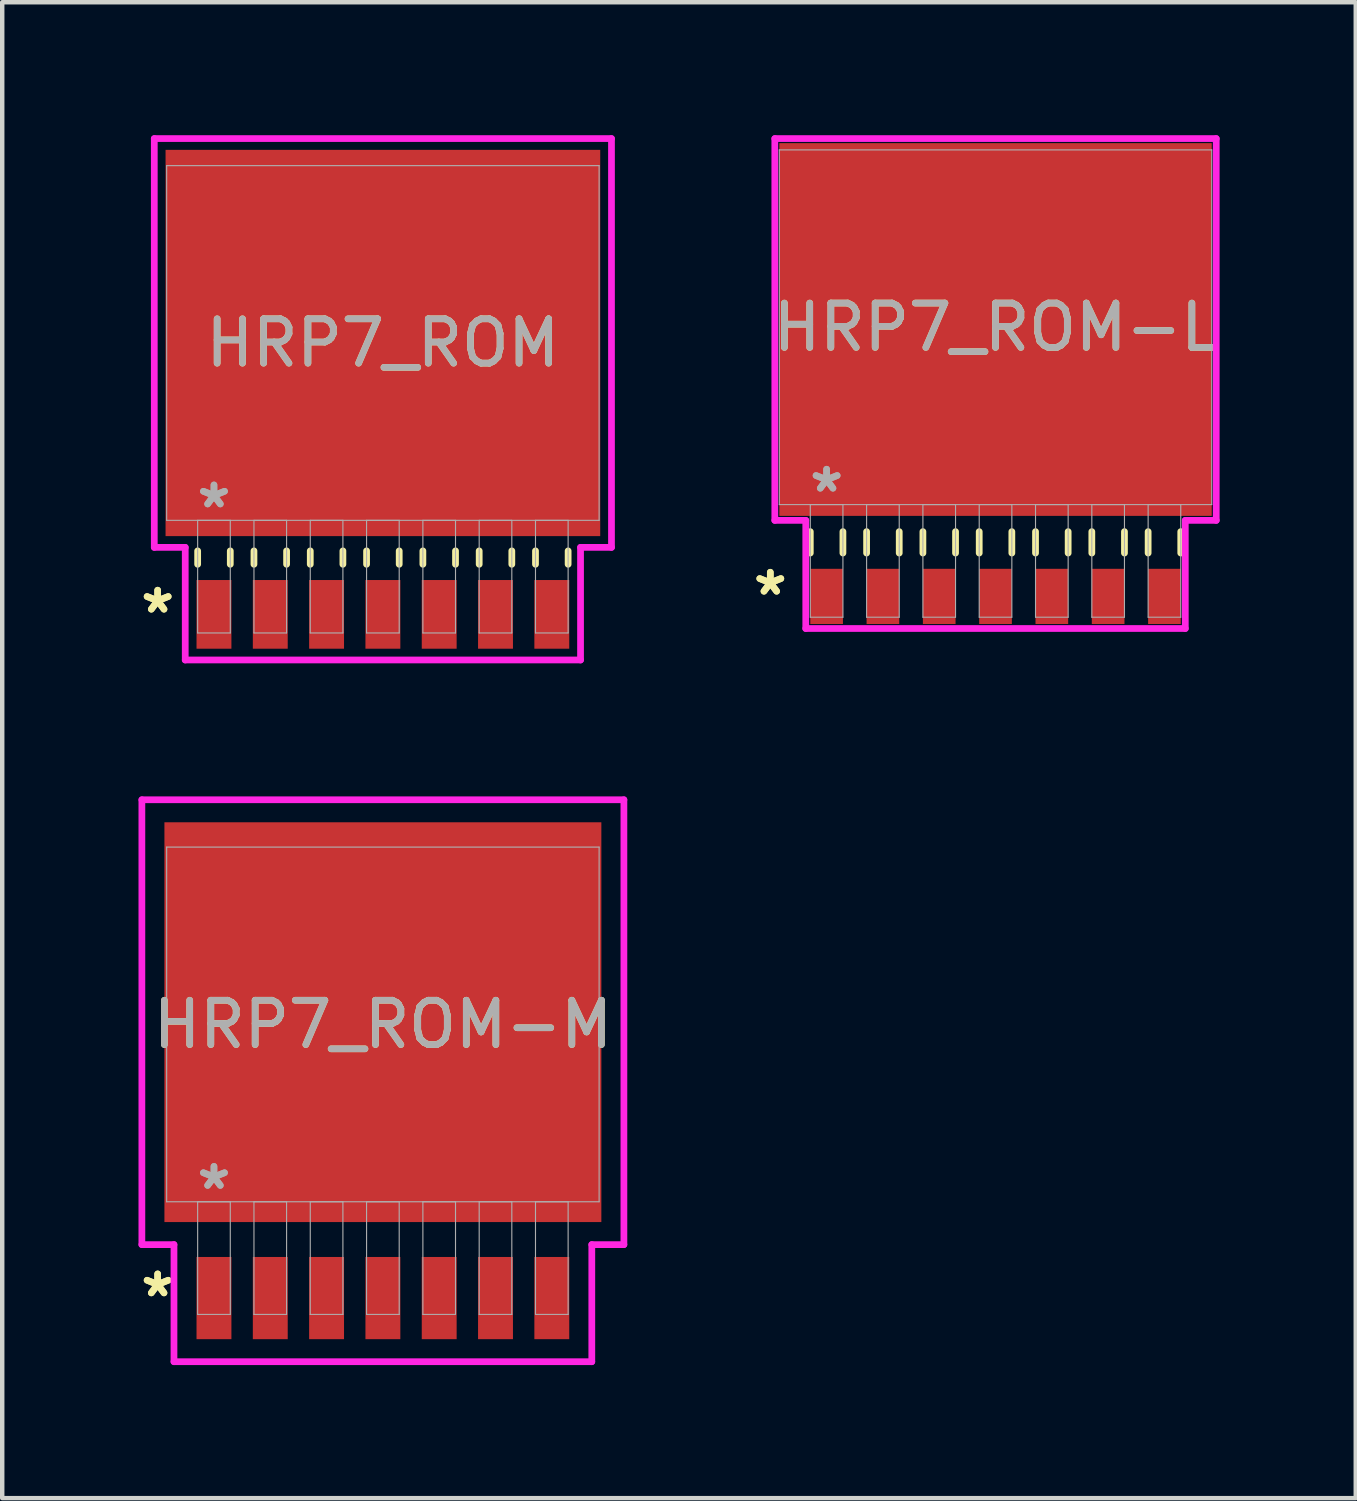
<source format=kicad_pcb>
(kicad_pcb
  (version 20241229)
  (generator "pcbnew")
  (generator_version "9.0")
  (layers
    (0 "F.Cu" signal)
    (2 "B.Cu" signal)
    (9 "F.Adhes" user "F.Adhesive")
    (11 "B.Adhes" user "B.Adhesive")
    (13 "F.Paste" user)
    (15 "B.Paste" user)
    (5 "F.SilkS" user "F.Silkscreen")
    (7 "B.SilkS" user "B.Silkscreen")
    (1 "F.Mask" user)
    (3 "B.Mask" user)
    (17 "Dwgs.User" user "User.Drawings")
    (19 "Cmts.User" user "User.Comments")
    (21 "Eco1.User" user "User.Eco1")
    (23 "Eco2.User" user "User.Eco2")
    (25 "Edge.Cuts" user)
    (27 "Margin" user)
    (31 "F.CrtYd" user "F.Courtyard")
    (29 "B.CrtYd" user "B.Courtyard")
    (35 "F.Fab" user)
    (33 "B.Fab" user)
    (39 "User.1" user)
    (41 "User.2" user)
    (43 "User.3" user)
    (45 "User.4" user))
  (footprint "HRP7_ROM"
    (layer "F.Cu")
    (at 5.586 4.686)
    (property "Reference" "HRP7_ROM" (at 0 0 0) (unlocked yes) (layer "F.SilkS") (effects (font (size 1 1) (thickness 0.15))))
    (attr smd)
    (fp_line (start -4.178 4.689) (end -4.178 4.991) (stroke (width 0.152) (type solid)) (layer "F.SilkS"))
    (fp_line (start -3.442 4.689) (end -3.442 4.991) (stroke (width 0.152) (type solid)) (layer "F.SilkS"))
    (fp_line (start -2.908 4.689) (end -2.908 4.991) (stroke (width 0.152) (type solid)) (layer "F.SilkS"))
    (fp_line (start -2.172 4.689) (end -2.172 4.991) (stroke (width 0.152) (type solid)) (layer "F.SilkS"))
    (fp_line (start -1.638 4.689) (end -1.638 4.991) (stroke (width 0.152) (type solid)) (layer "F.SilkS"))
    (fp_line (start -0.902 4.689) (end -0.902 4.991) (stroke (width 0.152) (type solid)) (layer "F.SilkS"))
    (fp_line (start -0.368 4.689) (end -0.368 4.991) (stroke (width 0.152) (type solid)) (layer "F.SilkS"))
    (fp_line (start 0.368 4.689) (end 0.368 4.991) (stroke (width 0.152) (type solid)) (layer "F.SilkS"))
    (fp_line (start 0.902 4.689) (end 0.902 4.991) (stroke (width 0.152) (type solid)) (layer "F.SilkS"))
    (fp_line (start 1.638 4.689) (end 1.638 4.991) (stroke (width 0.152) (type solid)) (layer "F.SilkS"))
    (fp_line (start 2.172 4.689) (end 2.172 4.991) (stroke (width 0.152) (type solid)) (layer "F.SilkS"))
    (fp_line (start 2.908 4.689) (end 2.908 4.991) (stroke (width 0.152) (type solid)) (layer "F.SilkS"))
    (fp_line (start 3.442 4.689) (end 3.442 4.991) (stroke (width 0.152) (type solid)) (layer "F.SilkS"))
    (fp_line (start 4.178 4.689) (end 4.178 4.991) (stroke (width 0.152) (type solid)) (layer "F.SilkS"))
    (fp_line (start -5.156 -4.61) (end 5.156 -4.61) (stroke (width 0.152) (type solid)) (layer "F.CrtYd"))
    (fp_line (start -5.156 4.61) (end -5.156 -4.61) (stroke (width 0.152) (type solid)) (layer "F.CrtYd"))
    (fp_line (start -4.458 4.61) (end -5.156 4.61) (stroke (width 0.152) (type solid)) (layer "F.CrtYd"))
    (fp_line (start -4.458 7.15) (end -4.458 4.61) (stroke (width 0.152) (type solid)) (layer "F.CrtYd"))
    (fp_line (start 4.458 4.61) (end 4.458 7.15) (stroke (width 0.152) (type solid)) (layer "F.CrtYd"))
    (fp_line (start 4.458 7.15) (end -4.458 7.15) (stroke (width 0.152) (type solid)) (layer "F.CrtYd"))
    (fp_line (start 5.156 -4.61) (end 5.156 4.61) (stroke (width 0.152) (type solid)) (layer "F.CrtYd"))
    (fp_line (start 5.156 4.61) (end 4.458 4.61) (stroke (width 0.152) (type solid)) (layer "F.CrtYd"))
    (fp_line (start -4.877 -4) (end -4.877 4) (stroke (width 0.025) (type solid)) (layer "F.Fab"))
    (fp_line (start -4.877 4) (end 4.877 4) (stroke (width 0.025) (type solid)) (layer "F.Fab"))
    (fp_line (start -4.178 4) (end -4.178 6.54) (stroke (width 0.025) (type solid)) (layer "F.Fab"))
    (fp_line (start -4.178 6.54) (end -3.442 6.54) (stroke (width 0.025) (type solid)) (layer "F.Fab"))
    (fp_line (start -3.442 4) (end -4.178 4) (stroke (width 0.025) (type solid)) (layer "F.Fab"))
    (fp_line (start -3.442 6.54) (end -3.442 4) (stroke (width 0.025) (type solid)) (layer "F.Fab"))
    (fp_line (start -2.908 4) (end -2.908 6.54) (stroke (width 0.025) (type solid)) (layer "F.Fab"))
    (fp_line (start -2.908 6.54) (end -2.172 6.54) (stroke (width 0.025) (type solid)) (layer "F.Fab"))
    (fp_line (start -2.172 4) (end -2.908 4) (stroke (width 0.025) (type solid)) (layer "F.Fab"))
    (fp_line (start -2.172 6.54) (end -2.172 4) (stroke (width 0.025) (type solid)) (layer "F.Fab"))
    (fp_line (start -1.638 4) (end -1.638 6.54) (stroke (width 0.025) (type solid)) (layer "F.Fab"))
    (fp_line (start -1.638 6.54) (end -0.902 6.54) (stroke (width 0.025) (type solid)) (layer "F.Fab"))
    (fp_line (start -0.902 4) (end -1.638 4) (stroke (width 0.025) (type solid)) (layer "F.Fab"))
    (fp_line (start -0.902 6.54) (end -0.902 4) (stroke (width 0.025) (type solid)) (layer "F.Fab"))
    (fp_line (start -0.368 4) (end -0.368 6.54) (stroke (width 0.025) (type solid)) (layer "F.Fab"))
    (fp_line (start -0.368 6.54) (end 0.368 6.54) (stroke (width 0.025) (type solid)) (layer "F.Fab"))
    (fp_line (start 0.368 4) (end -0.368 4) (stroke (width 0.025) (type solid)) (layer "F.Fab"))
    (fp_line (start 0.368 6.54) (end 0.368 4) (stroke (width 0.025) (type solid)) (layer "F.Fab"))
    (fp_line (start 0.902 4) (end 0.902 6.54) (stroke (width 0.025) (type solid)) (layer "F.Fab"))
    (fp_line (start 0.902 6.54) (end 1.638 6.54) (stroke (width 0.025) (type solid)) (layer "F.Fab"))
    (fp_line (start 1.638 4) (end 0.902 4) (stroke (width 0.025) (type solid)) (layer "F.Fab"))
    (fp_line (start 1.638 6.54) (end 1.638 4) (stroke (width 0.025) (type solid)) (layer "F.Fab"))
    (fp_line (start 2.172 4) (end 2.172 6.54) (stroke (width 0.025) (type solid)) (layer "F.Fab"))
    (fp_line (start 2.172 6.54) (end 2.908 6.54) (stroke (width 0.025) (type solid)) (layer "F.Fab"))
    (fp_line (start 2.908 4) (end 2.172 4) (stroke (width 0.025) (type solid)) (layer "F.Fab"))
    (fp_line (start 2.908 6.54) (end 2.908 4) (stroke (width 0.025) (type solid)) (layer "F.Fab"))
    (fp_line (start 3.442 4) (end 3.442 6.54) (stroke (width 0.025) (type solid)) (layer "F.Fab"))
    (fp_line (start 3.442 6.54) (end 4.178 6.54) (stroke (width 0.025) (type solid)) (layer "F.Fab"))
    (fp_line (start 4.178 4) (end 3.442 4) (stroke (width 0.025) (type solid)) (layer "F.Fab"))
    (fp_line (start 4.178 6.54) (end 4.178 4) (stroke (width 0.025) (type solid)) (layer "F.Fab"))
    (fp_line (start 4.877 -4) (end -4.877 -4) (stroke (width 0.025) (type solid)) (layer "F.Fab"))
    (fp_line (start 4.877 4) (end 4.877 -4) (stroke (width 0.025) (type solid)) (layer "F.Fab"))
    (fp_text user "*" (at -5.08 6.121 0) (layer "F.SilkS") (effects (font (size 1 1) (thickness 0.15))))
    (fp_text user "*" (at -5.08 6.121 0) (unlocked yes) (layer "F.SilkS") (effects (font (size 1 1) (thickness 0.15))))
    (fp_text user "*" (at -3.81 3.747 0) (layer "F.Fab") (effects (font (size 1 1) (thickness 0.15))))
    (fp_text user "*" (at -3.81 3.747 0) (unlocked yes) (layer "F.Fab") (effects (font (size 1 1) (thickness 0.15))))
    (fp_text user "${REFERENCE}" (at 0 0 0) (unlocked yes) (layer "F.Fab") (effects (font (size 1 1) (thickness 0.15))))
    (pad "1" smd rect (at -3.81 6.121) (size 0.787 1.549) (layers "F.Cu" "F.Mask" "F.Paste"))
    (pad "2" smd rect (at -2.54 6.121) (size 0.787 1.549) (layers "F.Cu" "F.Mask" "F.Paste"))
    (pad "3" smd rect (at -1.27 6.121) (size 0.787 1.549) (layers "F.Cu" "F.Mask" "F.Paste"))
    (pad "4" smd rect (at 0 6.121) (size 0.787 1.549) (layers "F.Cu" "F.Mask" "F.Paste"))
    (pad "5" smd rect (at 1.27 6.121) (size 0.787 1.549) (layers "F.Cu" "F.Mask" "F.Paste"))
    (pad "6" smd rect (at 2.54 6.121) (size 0.787 1.549) (layers "F.Cu" "F.Mask" "F.Paste"))
    (pad "7" smd rect (at 3.81 6.121) (size 0.787 1.549) (layers "F.Cu" "F.Mask" "F.Paste"))
    (pad "8" smd rect (at 0 0) (size 9.804 8.712) (layers "F.Cu" "F.Mask" "F.Paste")))
  (footprint "HRP7_ROM-L"
    (layer "F.Cu")
    (at 19.404 4.331)
    (property "Reference" "HRP7_ROM-L" (at 0 0 0) (unlocked yes) (layer "F.SilkS") (effects (font (size 1 1) (thickness 0.15))))
    (attr smd)
    (fp_line (start -4.178 4.61) (end -4.178 5.093) (stroke (width 0.152) (type solid)) (layer "F.SilkS"))
    (fp_line (start -3.442 4.61) (end -3.442 5.093) (stroke (width 0.152) (type solid)) (layer "F.SilkS"))
    (fp_line (start -2.908 4.61) (end -2.908 5.093) (stroke (width 0.152) (type solid)) (layer "F.SilkS"))
    (fp_line (start -2.172 4.61) (end -2.172 5.093) (stroke (width 0.152) (type solid)) (layer "F.SilkS"))
    (fp_line (start -1.638 4.61) (end -1.638 5.093) (stroke (width 0.152) (type solid)) (layer "F.SilkS"))
    (fp_line (start -0.902 4.61) (end -0.902 5.093) (stroke (width 0.152) (type solid)) (layer "F.SilkS"))
    (fp_line (start -0.368 4.61) (end -0.368 5.093) (stroke (width 0.152) (type solid)) (layer "F.SilkS"))
    (fp_line (start 0.368 4.61) (end 0.368 5.093) (stroke (width 0.152) (type solid)) (layer "F.SilkS"))
    (fp_line (start 0.902 4.61) (end 0.902 5.093) (stroke (width 0.152) (type solid)) (layer "F.SilkS"))
    (fp_line (start 1.638 4.61) (end 1.638 5.093) (stroke (width 0.152) (type solid)) (layer "F.SilkS"))
    (fp_line (start 2.172 4.61) (end 2.172 5.093) (stroke (width 0.152) (type solid)) (layer "F.SilkS"))
    (fp_line (start 2.908 4.61) (end 2.908 5.093) (stroke (width 0.152) (type solid)) (layer "F.SilkS"))
    (fp_line (start 3.442 4.61) (end 3.442 5.093) (stroke (width 0.152) (type solid)) (layer "F.SilkS"))
    (fp_line (start 4.178 4.61) (end 4.178 5.093) (stroke (width 0.152) (type solid)) (layer "F.SilkS"))
    (fp_line (start -4.978 -4.255) (end 4.978 -4.255) (stroke (width 0.152) (type solid)) (layer "F.CrtYd"))
    (fp_line (start -4.978 4.356) (end -4.978 -4.255) (stroke (width 0.152) (type solid)) (layer "F.CrtYd"))
    (fp_line (start -4.28 4.356) (end -4.978 4.356) (stroke (width 0.152) (type solid)) (layer "F.CrtYd"))
    (fp_line (start -4.28 6.795) (end -4.28 4.356) (stroke (width 0.152) (type solid)) (layer "F.CrtYd"))
    (fp_line (start 4.28 4.356) (end 4.28 6.795) (stroke (width 0.152) (type solid)) (layer "F.CrtYd"))
    (fp_line (start 4.28 6.795) (end -4.28 6.795) (stroke (width 0.152) (type solid)) (layer "F.CrtYd"))
    (fp_line (start 4.978 -4.255) (end 4.978 4.356) (stroke (width 0.152) (type solid)) (layer "F.CrtYd"))
    (fp_line (start 4.978 4.356) (end 4.28 4.356) (stroke (width 0.152) (type solid)) (layer "F.CrtYd"))
    (fp_line (start -4.877 -4) (end -4.877 4) (stroke (width 0.025) (type solid)) (layer "F.Fab"))
    (fp_line (start -4.877 4) (end 4.877 4) (stroke (width 0.025) (type solid)) (layer "F.Fab"))
    (fp_line (start -4.178 4) (end -4.178 6.54) (stroke (width 0.025) (type solid)) (layer "F.Fab"))
    (fp_line (start -4.178 6.54) (end -3.442 6.54) (stroke (width 0.025) (type solid)) (layer "F.Fab"))
    (fp_line (start -3.442 4) (end -4.178 4) (stroke (width 0.025) (type solid)) (layer "F.Fab"))
    (fp_line (start -3.442 6.54) (end -3.442 4) (stroke (width 0.025) (type solid)) (layer "F.Fab"))
    (fp_line (start -2.908 4) (end -2.908 6.54) (stroke (width 0.025) (type solid)) (layer "F.Fab"))
    (fp_line (start -2.908 6.54) (end -2.172 6.54) (stroke (width 0.025) (type solid)) (layer "F.Fab"))
    (fp_line (start -2.172 4) (end -2.908 4) (stroke (width 0.025) (type solid)) (layer "F.Fab"))
    (fp_line (start -2.172 6.54) (end -2.172 4) (stroke (width 0.025) (type solid)) (layer "F.Fab"))
    (fp_line (start -1.638 4) (end -1.638 6.54) (stroke (width 0.025) (type solid)) (layer "F.Fab"))
    (fp_line (start -1.638 6.54) (end -0.902 6.54) (stroke (width 0.025) (type solid)) (layer "F.Fab"))
    (fp_line (start -0.902 4) (end -1.638 4) (stroke (width 0.025) (type solid)) (layer "F.Fab"))
    (fp_line (start -0.902 6.54) (end -0.902 4) (stroke (width 0.025) (type solid)) (layer "F.Fab"))
    (fp_line (start -0.368 4) (end -0.368 6.54) (stroke (width 0.025) (type solid)) (layer "F.Fab"))
    (fp_line (start -0.368 6.54) (end 0.368 6.54) (stroke (width 0.025) (type solid)) (layer "F.Fab"))
    (fp_line (start 0.368 4) (end -0.368 4) (stroke (width 0.025) (type solid)) (layer "F.Fab"))
    (fp_line (start 0.368 6.54) (end 0.368 4) (stroke (width 0.025) (type solid)) (layer "F.Fab"))
    (fp_line (start 0.902 4) (end 0.902 6.54) (stroke (width 0.025) (type solid)) (layer "F.Fab"))
    (fp_line (start 0.902 6.54) (end 1.638 6.54) (stroke (width 0.025) (type solid)) (layer "F.Fab"))
    (fp_line (start 1.638 4) (end 0.902 4) (stroke (width 0.025) (type solid)) (layer "F.Fab"))
    (fp_line (start 1.638 6.54) (end 1.638 4) (stroke (width 0.025) (type solid)) (layer "F.Fab"))
    (fp_line (start 2.172 4) (end 2.172 6.54) (stroke (width 0.025) (type solid)) (layer "F.Fab"))
    (fp_line (start 2.172 6.54) (end 2.908 6.54) (stroke (width 0.025) (type solid)) (layer "F.Fab"))
    (fp_line (start 2.908 4) (end 2.172 4) (stroke (width 0.025) (type solid)) (layer "F.Fab"))
    (fp_line (start 2.908 6.54) (end 2.908 4) (stroke (width 0.025) (type solid)) (layer "F.Fab"))
    (fp_line (start 3.442 4) (end 3.442 6.54) (stroke (width 0.025) (type solid)) (layer "F.Fab"))
    (fp_line (start 3.442 6.54) (end 4.178 6.54) (stroke (width 0.025) (type solid)) (layer "F.Fab"))
    (fp_line (start 4.178 4) (end 3.442 4) (stroke (width 0.025) (type solid)) (layer "F.Fab"))
    (fp_line (start 4.178 6.54) (end 4.178 4) (stroke (width 0.025) (type solid)) (layer "F.Fab"))
    (fp_line (start 4.877 -4) (end -4.877 -4) (stroke (width 0.025) (type solid)) (layer "F.Fab"))
    (fp_line (start 4.877 4) (end 4.877 -4) (stroke (width 0.025) (type solid)) (layer "F.Fab"))
    (fp_text user "*" (at -5.08 6.071 0) (layer "F.SilkS") (effects (font (size 1 1) (thickness 0.15))))
    (fp_text user "*" (at -5.08 6.071 0) (unlocked yes) (layer "F.SilkS") (effects (font (size 1 1) (thickness 0.15))))
    (fp_text user "${REFERENCE}" (at 0 0 0) (unlocked yes) (layer "F.Fab") (effects (font (size 1 1) (thickness 0.15))))
    (fp_text user "*" (at -3.81 3.747 0) (layer "F.Fab") (effects (font (size 1 1) (thickness 0.15))))
    (fp_text user "*" (at -3.81 3.747 0) (unlocked yes) (layer "F.Fab") (effects (font (size 1 1) (thickness 0.15))))
    (pad "1" smd rect (at -3.81 6.071) (size 0.737 1.245) (layers "F.Cu" "F.Mask" "F.Paste"))
    (pad "2" smd rect (at -2.54 6.071) (size 0.737 1.245) (layers "F.Cu" "F.Mask" "F.Paste"))
    (pad "3" smd rect (at -1.27 6.071) (size 0.737 1.245) (layers "F.Cu" "F.Mask" "F.Paste"))
    (pad "4" smd rect (at 0 6.071) (size 0.737 1.245) (layers "F.Cu" "F.Mask" "F.Paste"))
    (pad "5" smd rect (at 1.27 6.071) (size 0.737 1.245) (layers "F.Cu" "F.Mask" "F.Paste"))
    (pad "6" smd rect (at 2.54 6.071) (size 0.737 1.245) (layers "F.Cu" "F.Mask" "F.Paste"))
    (pad "7" smd rect (at 3.81 6.071) (size 0.737 1.245) (layers "F.Cu" "F.Mask" "F.Paste"))
    (pad "8" smd rect (at 0 0.051) (size 9.754 8.407) (layers "F.Cu" "F.Mask" "F.Paste")))
  (footprint "HRP7_ROM-M"
    (layer "F.Cu")
    (at 5.586 20.056)
    (property "Reference" "HRP7_ROM-M" (at 0 0 0) (unlocked yes) (layer "F.SilkS") (effects (font (size 1 1) (thickness 0.15))))
    (attr smd)
    (fp_line (start -5.436 -5.067) (end 5.436 -5.067) (stroke (width 0.152) (type solid)) (layer "F.CrtYd"))
    (fp_line (start -5.436 4.966) (end -5.436 -5.067) (stroke (width 0.152) (type solid)) (layer "F.CrtYd"))
    (fp_line (start -4.712 4.966) (end -5.436 4.966) (stroke (width 0.152) (type solid)) (layer "F.CrtYd"))
    (fp_line (start -4.712 7.607) (end -4.712 4.966) (stroke (width 0.152) (type solid)) (layer "F.CrtYd"))
    (fp_line (start 4.712 4.966) (end 4.712 7.607) (stroke (width 0.152) (type solid)) (layer "F.CrtYd"))
    (fp_line (start 4.712 7.607) (end -4.712 7.607) (stroke (width 0.152) (type solid)) (layer "F.CrtYd"))
    (fp_line (start 5.436 -5.067) (end 5.436 4.966) (stroke (width 0.152) (type solid)) (layer "F.CrtYd"))
    (fp_line (start 5.436 4.966) (end 4.712 4.966) (stroke (width 0.152) (type solid)) (layer "F.CrtYd"))
    (fp_line (start -4.877 -4) (end -4.877 4) (stroke (width 0.025) (type solid)) (layer "F.Fab"))
    (fp_line (start -4.877 4) (end 4.877 4) (stroke (width 0.025) (type solid)) (layer "F.Fab"))
    (fp_line (start -4.178 4) (end -4.178 6.54) (stroke (width 0.025) (type solid)) (layer "F.Fab"))
    (fp_line (start -4.178 6.54) (end -3.442 6.54) (stroke (width 0.025) (type solid)) (layer "F.Fab"))
    (fp_line (start -3.442 4) (end -4.178 4) (stroke (width 0.025) (type solid)) (layer "F.Fab"))
    (fp_line (start -3.442 6.54) (end -3.442 4) (stroke (width 0.025) (type solid)) (layer "F.Fab"))
    (fp_line (start -2.908 4) (end -2.908 6.54) (stroke (width 0.025) (type solid)) (layer "F.Fab"))
    (fp_line (start -2.908 6.54) (end -2.172 6.54) (stroke (width 0.025) (type solid)) (layer "F.Fab"))
    (fp_line (start -2.172 4) (end -2.908 4) (stroke (width 0.025) (type solid)) (layer "F.Fab"))
    (fp_line (start -2.172 6.54) (end -2.172 4) (stroke (width 0.025) (type solid)) (layer "F.Fab"))
    (fp_line (start -1.638 4) (end -1.638 6.54) (stroke (width 0.025) (type solid)) (layer "F.Fab"))
    (fp_line (start -1.638 6.54) (end -0.902 6.54) (stroke (width 0.025) (type solid)) (layer "F.Fab"))
    (fp_line (start -0.902 4) (end -1.638 4) (stroke (width 0.025) (type solid)) (layer "F.Fab"))
    (fp_line (start -0.902 6.54) (end -0.902 4) (stroke (width 0.025) (type solid)) (layer "F.Fab"))
    (fp_line (start -0.368 4) (end -0.368 6.54) (stroke (width 0.025) (type solid)) (layer "F.Fab"))
    (fp_line (start -0.368 6.54) (end 0.368 6.54) (stroke (width 0.025) (type solid)) (layer "F.Fab"))
    (fp_line (start 0.368 4) (end -0.368 4) (stroke (width 0.025) (type solid)) (layer "F.Fab"))
    (fp_line (start 0.368 6.54) (end 0.368 4) (stroke (width 0.025) (type solid)) (layer "F.Fab"))
    (fp_line (start 0.902 4) (end 0.902 6.54) (stroke (width 0.025) (type solid)) (layer "F.Fab"))
    (fp_line (start 0.902 6.54) (end 1.638 6.54) (stroke (width 0.025) (type solid)) (layer "F.Fab"))
    (fp_line (start 1.638 4) (end 0.902 4) (stroke (width 0.025) (type solid)) (layer "F.Fab"))
    (fp_line (start 1.638 6.54) (end 1.638 4) (stroke (width 0.025) (type solid)) (layer "F.Fab"))
    (fp_line (start 2.172 4) (end 2.172 6.54) (stroke (width 0.025) (type solid)) (layer "F.Fab"))
    (fp_line (start 2.172 6.54) (end 2.908 6.54) (stroke (width 0.025) (type solid)) (layer "F.Fab"))
    (fp_line (start 2.908 4) (end 2.172 4) (stroke (width 0.025) (type solid)) (layer "F.Fab"))
    (fp_line (start 2.908 6.54) (end 2.908 4) (stroke (width 0.025) (type solid)) (layer "F.Fab"))
    (fp_line (start 3.442 4) (end 3.442 6.54) (stroke (width 0.025) (type solid)) (layer "F.Fab"))
    (fp_line (start 3.442 6.54) (end 4.178 6.54) (stroke (width 0.025) (type solid)) (layer "F.Fab"))
    (fp_line (start 4.178 4) (end 3.442 4) (stroke (width 0.025) (type solid)) (layer "F.Fab"))
    (fp_line (start 4.178 6.54) (end 4.178 4) (stroke (width 0.025) (type solid)) (layer "F.Fab"))
    (fp_line (start 4.877 -4) (end -4.877 -4) (stroke (width 0.025) (type solid)) (layer "F.Fab"))
    (fp_line (start 4.877 4) (end 4.877 -4) (stroke (width 0.025) (type solid)) (layer "F.Fab"))
    (fp_text user "*" (at -5.08 6.172 0) (layer "F.SilkS") (effects (font (size 1 1) (thickness 0.15))))
    (fp_text user "*" (at -5.08 6.172 0) (unlocked yes) (layer "F.SilkS") (effects (font (size 1 1) (thickness 0.15))))
    (fp_text user "*" (at -3.81 3.747 0) (unlocked yes) (layer "F.Fab") (effects (font (size 1 1) (thickness 0.15))))
    (fp_text user "*" (at -3.81 3.747 0) (layer "F.Fab") (effects (font (size 1 1) (thickness 0.15))))
    (fp_text user "${REFERENCE}" (at 0 0 0) (unlocked yes) (layer "F.Fab") (effects (font (size 1 1) (thickness 0.15))))
    (pad "1" smd rect (at -3.81 6.172) (size 0.787 1.854) (layers "F.Cu" "F.Mask" "F.Paste"))
    (pad "2" smd rect (at -2.54 6.172) (size 0.787 1.854) (layers "F.Cu" "F.Mask" "F.Paste"))
    (pad "3" smd rect (at -1.27 6.172) (size 0.787 1.854) (layers "F.Cu" "F.Mask" "F.Paste"))
    (pad "4" smd rect (at 0 6.172) (size 0.787 1.854) (layers "F.Cu" "F.Mask" "F.Paste"))
    (pad "5" smd rect (at 1.27 6.172) (size 0.787 1.854) (layers "F.Cu" "F.Mask" "F.Paste"))
    (pad "6" smd rect (at 2.54 6.172) (size 0.787 1.854) (layers "F.Cu" "F.Mask" "F.Paste"))
    (pad "7" smd rect (at 3.81 6.172) (size 0.787 1.854) (layers "F.Cu" "F.Mask" "F.Paste"))
    (pad "8" smd rect (at 0 -0.051) (size 9.855 9.017) (layers "F.Cu" "F.Mask" "F.Paste")))
  (gr_rect
    (start -3 -3)
    (end 27.529 30.74)
    (stroke (width 0.1) (type default))
    (fill no)
    (layer "Edge.Cuts")))
</source>
